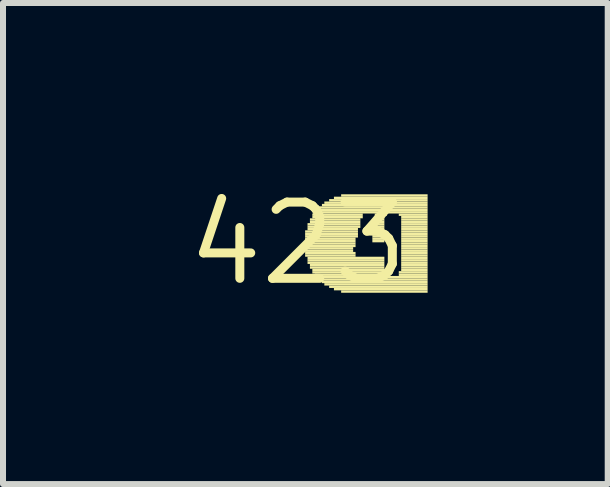
<source format=kicad_pcb>
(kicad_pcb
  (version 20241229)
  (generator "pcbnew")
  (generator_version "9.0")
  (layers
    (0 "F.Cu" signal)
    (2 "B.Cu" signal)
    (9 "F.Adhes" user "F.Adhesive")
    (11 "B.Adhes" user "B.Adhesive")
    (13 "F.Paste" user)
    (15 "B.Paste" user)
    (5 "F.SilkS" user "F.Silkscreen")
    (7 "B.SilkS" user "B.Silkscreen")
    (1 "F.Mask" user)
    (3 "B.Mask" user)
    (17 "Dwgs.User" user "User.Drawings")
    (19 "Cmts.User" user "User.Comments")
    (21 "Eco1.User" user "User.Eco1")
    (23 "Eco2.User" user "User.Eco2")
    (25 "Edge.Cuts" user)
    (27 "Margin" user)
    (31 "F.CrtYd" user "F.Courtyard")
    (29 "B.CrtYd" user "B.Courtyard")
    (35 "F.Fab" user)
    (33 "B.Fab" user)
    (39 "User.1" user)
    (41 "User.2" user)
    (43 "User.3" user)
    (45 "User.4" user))
  (footprint "423"
    (layer "F.Cu")
    (at 1.912 1.006)
    (property "Reference" "423" (at 0 0 0) (layer "F.SilkS") (effects (font (size 1.27 1.27) (thickness 0.15))))
    (attr through_hole)
    (fp_poly (pts (xy 0.12 -0.18) (xy 1 -0.18) (xy 1 -0.22) (xy 0.12 -0.22)) (stroke (width 0) (type solid)) (fill yes) (layer "F.SilkS"))
    (fp_poly (pts (xy 0.12 -0.14) (xy 1 -0.14) (xy 1 -0.18) (xy 0.12 -0.18)) (stroke (width 0) (type solid)) (fill yes) (layer "F.SilkS"))
    (fp_poly (pts (xy 0.12 -0.1) (xy 1 -0.1) (xy 1 -0.14) (xy 0.12 -0.14)) (stroke (width 0) (type solid)) (fill yes) (layer "F.SilkS"))
    (fp_poly (pts (xy 0.12 -0.06) (xy 0.96 -0.06) (xy 0.96 -0.1) (xy 0.12 -0.1)) (stroke (width 0) (type solid)) (fill yes) (layer "F.SilkS"))
    (fp_poly (pts (xy 0.12 -0.02) (xy 0.96 -0.02) (xy 0.96 -0.06) (xy 0.12 -0.06)) (stroke (width 0) (type solid)) (fill yes) (layer "F.SilkS"))
    (fp_poly (pts (xy 0.12 0.02) (xy 0.96 0.02) (xy 0.96 -0.02) (xy 0.12 -0.02)) (stroke (width 0) (type solid)) (fill yes) (layer "F.SilkS"))
    (fp_poly (pts (xy 0.12 0.06) (xy 0.96 0.06) (xy 0.96 0.02) (xy 0.12 0.02)) (stroke (width 0) (type solid)) (fill yes) (layer "F.SilkS"))
    (fp_poly (pts (xy 0.12 0.1) (xy 0.92 0.1) (xy 0.92 0.06) (xy 0.12 0.06)) (stroke (width 0) (type solid)) (fill yes) (layer "F.SilkS"))
    (fp_poly (pts (xy 0.12 0.14) (xy 0.92 0.14) (xy 0.92 0.1) (xy 0.12 0.1)) (stroke (width 0) (type solid)) (fill yes) (layer "F.SilkS"))
    (fp_poly (pts (xy 0.12 0.18) (xy 0.96 0.18) (xy 0.96 0.14) (xy 0.12 0.14)) (stroke (width 0) (type solid)) (fill yes) (layer "F.SilkS"))
    (fp_poly (pts (xy 0.12 0.22) (xy 0.96 0.22) (xy 0.96 0.18) (xy 0.12 0.18)) (stroke (width 0) (type solid)) (fill yes) (layer "F.SilkS"))
    (fp_poly (pts (xy 0.16 -0.3) (xy 1.04 -0.3) (xy 1.04 -0.34) (xy 0.16 -0.34)) (stroke (width 0) (type solid)) (fill yes) (layer "F.SilkS"))
    (fp_poly (pts (xy 0.16 -0.26) (xy 1.04 -0.26) (xy 1.04 -0.3) (xy 0.16 -0.3)) (stroke (width 0) (type solid)) (fill yes) (layer "F.SilkS"))
    (fp_poly (pts (xy 0.16 -0.22) (xy 1 -0.22) (xy 1 -0.26) (xy 0.16 -0.26)) (stroke (width 0) (type solid)) (fill yes) (layer "F.SilkS"))
    (fp_poly (pts (xy 0.16 0.26) (xy 1.44 0.26) (xy 1.44 0.22) (xy 0.16 0.22)) (stroke (width 0) (type solid)) (fill yes) (layer "F.SilkS"))
    (fp_poly (pts (xy 0.16 0.3) (xy 1.44 0.3) (xy 1.44 0.26) (xy 0.16 0.26)) (stroke (width 0) (type solid)) (fill yes) (layer "F.SilkS"))
    (fp_poly (pts (xy 0.16 0.34) (xy 1.44 0.34) (xy 1.44 0.3) (xy 0.16 0.3)) (stroke (width 0) (type solid)) (fill yes) (layer "F.SilkS"))
    (fp_poly (pts (xy 0.2 -0.38) (xy 1.04 -0.38) (xy 1.04 -0.42) (xy 0.2 -0.42)) (stroke (width 0) (type solid)) (fill yes) (layer "F.SilkS"))
    (fp_poly (pts (xy 0.2 -0.34) (xy 1.04 -0.34) (xy 1.04 -0.38) (xy 0.2 -0.38)) (stroke (width 0) (type solid)) (fill yes) (layer "F.SilkS"))
    (fp_poly (pts (xy 0.2 0.38) (xy 1.44 0.38) (xy 1.44 0.34) (xy 0.2 0.34)) (stroke (width 0) (type solid)) (fill yes) (layer "F.SilkS"))
    (fp_poly (pts (xy 0.2 0.42) (xy 1.44 0.42) (xy 1.44 0.38) (xy 0.2 0.38)) (stroke (width 0) (type solid)) (fill yes) (layer "F.SilkS"))
    (fp_poly (pts (xy 0.24 -0.46) (xy 1.08 -0.46) (xy 1.08 -0.5) (xy 0.24 -0.5)) (stroke (width 0) (type solid)) (fill yes) (layer "F.SilkS"))
    (fp_poly (pts (xy 0.24 -0.42) (xy 1.08 -0.42) (xy 1.08 -0.46) (xy 0.24 -0.46)) (stroke (width 0) (type solid)) (fill yes) (layer "F.SilkS"))
    (fp_poly (pts (xy 0.24 0.46) (xy 1.44 0.46) (xy 1.44 0.42) (xy 0.24 0.42)) (stroke (width 0) (type solid)) (fill yes) (layer "F.SilkS"))
    (fp_poly (pts (xy 0.24 0.5) (xy 1.48 0.5) (xy 1.48 0.46) (xy 0.24 0.46)) (stroke (width 0) (type solid)) (fill yes) (layer "F.SilkS"))
    (fp_poly (pts (xy 0.28 -0.5) (xy 2.16 -0.5) (xy 2.16 -0.54) (xy 0.28 -0.54)) (stroke (width 0) (type solid)) (fill yes) (layer "F.SilkS"))
    (fp_poly (pts (xy 0.28 0.54) (xy 1.48 0.54) (xy 1.48 0.5) (xy 0.28 0.5)) (stroke (width 0) (type solid)) (fill yes) (layer "F.SilkS"))
    (fp_poly (pts (xy 0.32 -0.54) (xy 2.16 -0.54) (xy 2.16 -0.58) (xy 0.32 -0.58)) (stroke (width 0) (type solid)) (fill yes) (layer "F.SilkS"))
    (fp_poly (pts (xy 0.32 0.58) (xy 2.16 0.58) (xy 2.16 0.54) (xy 0.32 0.54)) (stroke (width 0) (type solid)) (fill yes) (layer "F.SilkS"))
    (fp_poly (pts (xy 0.36 -0.58) (xy 2.16 -0.58) (xy 2.16 -0.62) (xy 0.36 -0.62)) (stroke (width 0) (type solid)) (fill yes) (layer "F.SilkS"))
    (fp_poly (pts (xy 0.36 0.62) (xy 2.16 0.62) (xy 2.16 0.58) (xy 0.36 0.58)) (stroke (width 0) (type solid)) (fill yes) (layer "F.SilkS"))
    (fp_poly (pts (xy 0.4 -0.62) (xy 2.16 -0.62) (xy 2.16 -0.66) (xy 0.4 -0.66)) (stroke (width 0) (type solid)) (fill yes) (layer "F.SilkS"))
    (fp_poly (pts (xy 0.4 0.66) (xy 2.16 0.66) (xy 2.16 0.62) (xy 0.4 0.62)) (stroke (width 0) (type solid)) (fill yes) (layer "F.SilkS"))
    (fp_poly (pts (xy 0.44 -0.66) (xy 2.16 -0.66) (xy 2.16 -0.7) (xy 0.44 -0.7)) (stroke (width 0) (type solid)) (fill yes) (layer "F.SilkS"))
    (fp_poly (pts (xy 0.44 0.7) (xy 2.16 0.7) (xy 2.16 0.66) (xy 0.44 0.66)) (stroke (width 0) (type solid)) (fill yes) (layer "F.SilkS"))
    (fp_poly (pts (xy 0.52 -0.7) (xy 2.16 -0.7) (xy 2.16 -0.74) (xy 0.52 -0.74)) (stroke (width 0) (type solid)) (fill yes) (layer "F.SilkS"))
    (fp_poly (pts (xy 0.52 0.74) (xy 2.16 0.74) (xy 2.16 0.7) (xy 0.52 0.7)) (stroke (width 0) (type solid)) (fill yes) (layer "F.SilkS"))
    (fp_poly (pts (xy 0.6 -0.74) (xy 2.16 -0.74) (xy 2.16 -0.78) (xy 0.6 -0.78)) (stroke (width 0) (type solid)) (fill yes) (layer "F.SilkS"))
    (fp_poly (pts (xy 0.6 0.78) (xy 2.16 0.78) (xy 2.16 0.74) (xy 0.6 0.74)) (stroke (width 0) (type solid)) (fill yes) (layer "F.SilkS"))
    (fp_poly (pts (xy 0.72 -0.78) (xy 2.16 -0.78) (xy 2.16 -0.82) (xy 0.72 -0.82)) (stroke (width 0) (type solid)) (fill yes) (layer "F.SilkS"))
    (fp_poly (pts (xy 0.72 0.82) (xy 2.16 0.82) (xy 2.16 0.78) (xy 0.72 0.78)) (stroke (width 0) (type solid)) (fill yes) (layer "F.SilkS"))
    (fp_poly (pts (xy 1.24 -0.14) (xy 1.44 -0.14) (xy 1.44 -0.18) (xy 1.24 -0.18)) (stroke (width 0) (type solid)) (fill yes) (layer "F.SilkS"))
    (fp_poly (pts (xy 1.24 -0.1) (xy 1.44 -0.1) (xy 1.44 -0.14) (xy 1.24 -0.14)) (stroke (width 0) (type solid)) (fill yes) (layer "F.SilkS"))
    (fp_poly (pts (xy 1.24 -0.06) (xy 1.44 -0.06) (xy 1.44 -0.1) (xy 1.24 -0.1)) (stroke (width 0) (type solid)) (fill yes) (layer "F.SilkS"))
    (fp_poly (pts (xy 1.24 -0.02) (xy 1.44 -0.02) (xy 1.44 -0.06) (xy 1.24 -0.06)) (stroke (width 0) (type solid)) (fill yes) (layer "F.SilkS"))
    (fp_poly (pts (xy 1.28 -0.46) (xy 1.48 -0.46) (xy 1.48 -0.5) (xy 1.28 -0.5)) (stroke (width 0) (type solid)) (fill yes) (layer "F.SilkS"))
    (fp_poly (pts (xy 1.28 -0.3) (xy 1.44 -0.3) (xy 1.44 -0.34) (xy 1.28 -0.34)) (stroke (width 0) (type solid)) (fill yes) (layer "F.SilkS"))
    (fp_poly (pts (xy 1.28 -0.26) (xy 1.44 -0.26) (xy 1.44 -0.3) (xy 1.28 -0.3)) (stroke (width 0) (type solid)) (fill yes) (layer "F.SilkS"))
    (fp_poly (pts (xy 1.28 -0.22) (xy 1.44 -0.22) (xy 1.44 -0.26) (xy 1.28 -0.26)) (stroke (width 0) (type solid)) (fill yes) (layer "F.SilkS"))
    (fp_poly (pts (xy 1.28 -0.18) (xy 1.44 -0.18) (xy 1.44 -0.22) (xy 1.28 -0.22)) (stroke (width 0) (type solid)) (fill yes) (layer "F.SilkS"))
    (fp_poly (pts (xy 1.32 -0.42) (xy 1.44 -0.42) (xy 1.44 -0.46) (xy 1.32 -0.46)) (stroke (width 0) (type solid)) (fill yes) (layer "F.SilkS"))
    (fp_poly (pts (xy 1.32 -0.38) (xy 1.44 -0.38) (xy 1.44 -0.42) (xy 1.32 -0.42)) (stroke (width 0) (type solid)) (fill yes) (layer "F.SilkS"))
    (fp_poly (pts (xy 1.32 -0.34) (xy 1.44 -0.34) (xy 1.44 -0.38) (xy 1.32 -0.38)) (stroke (width 0) (type solid)) (fill yes) (layer "F.SilkS"))
    (fp_poly (pts (xy 1.68 -0.46) (xy 2.16 -0.46) (xy 2.16 -0.5) (xy 1.68 -0.5)) (stroke (width 0) (type solid)) (fill yes) (layer "F.SilkS"))
    (fp_poly (pts (xy 1.68 0.5) (xy 2.16 0.5) (xy 2.16 0.46) (xy 1.68 0.46)) (stroke (width 0) (type solid)) (fill yes) (layer "F.SilkS"))
    (fp_poly (pts (xy 1.68 0.54) (xy 2.16 0.54) (xy 2.16 0.5) (xy 1.68 0.5)) (stroke (width 0) (type solid)) (fill yes) (layer "F.SilkS"))
    (fp_poly (pts (xy 1.72 -0.42) (xy 2.16 -0.42) (xy 2.16 -0.46) (xy 1.72 -0.46)) (stroke (width 0) (type solid)) (fill yes) (layer "F.SilkS"))
    (fp_poly (pts (xy 1.72 -0.38) (xy 2.16 -0.38) (xy 2.16 -0.42) (xy 1.72 -0.42)) (stroke (width 0) (type solid)) (fill yes) (layer "F.SilkS"))
    (fp_poly (pts (xy 1.72 -0.34) (xy 2.16 -0.34) (xy 2.16 -0.38) (xy 1.72 -0.38)) (stroke (width 0) (type solid)) (fill yes) (layer "F.SilkS"))
    (fp_poly (pts (xy 1.72 -0.3) (xy 2.16 -0.3) (xy 2.16 -0.34) (xy 1.72 -0.34)) (stroke (width 0) (type solid)) (fill yes) (layer "F.SilkS"))
    (fp_poly (pts (xy 1.72 -0.26) (xy 2.16 -0.26) (xy 2.16 -0.3) (xy 1.72 -0.3)) (stroke (width 0) (type solid)) (fill yes) (layer "F.SilkS"))
    (fp_poly (pts (xy 1.72 -0.22) (xy 2.16 -0.22) (xy 2.16 -0.26) (xy 1.72 -0.26)) (stroke (width 0) (type solid)) (fill yes) (layer "F.SilkS"))
    (fp_poly (pts (xy 1.72 -0.18) (xy 2.16 -0.18) (xy 2.16 -0.22) (xy 1.72 -0.22)) (stroke (width 0) (type solid)) (fill yes) (layer "F.SilkS"))
    (fp_poly (pts (xy 1.72 -0.14) (xy 2.16 -0.14) (xy 2.16 -0.18) (xy 1.72 -0.18)) (stroke (width 0) (type solid)) (fill yes) (layer "F.SilkS"))
    (fp_poly (pts (xy 1.72 -0.1) (xy 2.16 -0.1) (xy 2.16 -0.14) (xy 1.72 -0.14)) (stroke (width 0) (type solid)) (fill yes) (layer "F.SilkS"))
    (fp_poly (pts (xy 1.72 -0.06) (xy 2.16 -0.06) (xy 2.16 -0.1) (xy 1.72 -0.1)) (stroke (width 0) (type solid)) (fill yes) (layer "F.SilkS"))
    (fp_poly (pts (xy 1.72 -0.02) (xy 2.16 -0.02) (xy 2.16 -0.06) (xy 1.72 -0.06)) (stroke (width 0) (type solid)) (fill yes) (layer "F.SilkS"))
    (fp_poly (pts (xy 1.72 0.02) (xy 2.16 0.02) (xy 2.16 -0.02) (xy 1.72 -0.02)) (stroke (width 0) (type solid)) (fill yes) (layer "F.SilkS"))
    (fp_poly (pts (xy 1.72 0.06) (xy 2.16 0.06) (xy 2.16 0.02) (xy 1.72 0.02)) (stroke (width 0) (type solid)) (fill yes) (layer "F.SilkS"))
    (fp_poly (pts (xy 1.72 0.1) (xy 2.16 0.1) (xy 2.16 0.06) (xy 1.72 0.06)) (stroke (width 0) (type solid)) (fill yes) (layer "F.SilkS"))
    (fp_poly (pts (xy 1.72 0.14) (xy 2.16 0.14) (xy 2.16 0.1) (xy 1.72 0.1)) (stroke (width 0) (type solid)) (fill yes) (layer "F.SilkS"))
    (fp_poly (pts (xy 1.72 0.18) (xy 2.16 0.18) (xy 2.16 0.14) (xy 1.72 0.14)) (stroke (width 0) (type solid)) (fill yes) (layer "F.SilkS"))
    (fp_poly (pts (xy 1.72 0.22) (xy 2.16 0.22) (xy 2.16 0.18) (xy 1.72 0.18)) (stroke (width 0) (type solid)) (fill yes) (layer "F.SilkS"))
    (fp_poly (pts (xy 1.72 0.26) (xy 2.16 0.26) (xy 2.16 0.22) (xy 1.72 0.22)) (stroke (width 0) (type solid)) (fill yes) (layer "F.SilkS"))
    (fp_poly (pts (xy 1.72 0.3) (xy 2.16 0.3) (xy 2.16 0.26) (xy 1.72 0.26)) (stroke (width 0) (type solid)) (fill yes) (layer "F.SilkS"))
    (fp_poly (pts (xy 1.72 0.34) (xy 2.16 0.34) (xy 2.16 0.3) (xy 1.72 0.3)) (stroke (width 0) (type solid)) (fill yes) (layer "F.SilkS"))
    (fp_poly (pts (xy 1.72 0.38) (xy 2.16 0.38) (xy 2.16 0.34) (xy 1.72 0.34)) (stroke (width 0) (type solid)) (fill yes) (layer "F.SilkS"))
    (fp_poly (pts (xy 1.72 0.42) (xy 2.16 0.42) (xy 2.16 0.38) (xy 1.72 0.38)) (stroke (width 0) (type solid)) (fill yes) (layer "F.SilkS"))
    (fp_poly (pts (xy 1.72 0.46) (xy 2.16 0.46) (xy 2.16 0.42) (xy 1.72 0.42)) (stroke (width 0) (type solid)) (fill yes) (layer "F.SilkS")))
  (gr_rect
    (start -3 -3)
    (end 7.072 5.012)
    (stroke (width 0.1) (type default))
    (fill no)
    (layer "Edge.Cuts")))
</source>
